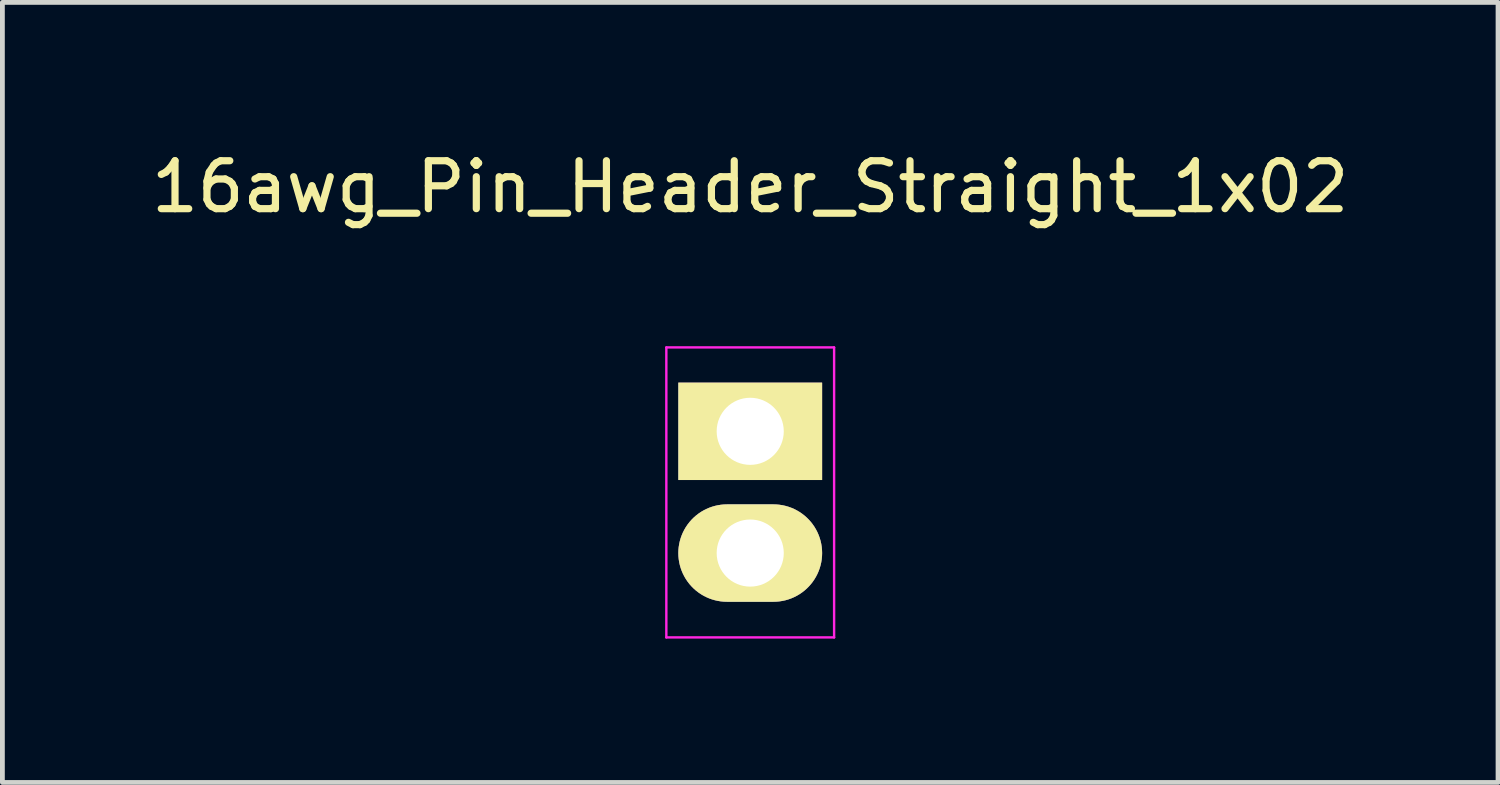
<source format=kicad_pcb>
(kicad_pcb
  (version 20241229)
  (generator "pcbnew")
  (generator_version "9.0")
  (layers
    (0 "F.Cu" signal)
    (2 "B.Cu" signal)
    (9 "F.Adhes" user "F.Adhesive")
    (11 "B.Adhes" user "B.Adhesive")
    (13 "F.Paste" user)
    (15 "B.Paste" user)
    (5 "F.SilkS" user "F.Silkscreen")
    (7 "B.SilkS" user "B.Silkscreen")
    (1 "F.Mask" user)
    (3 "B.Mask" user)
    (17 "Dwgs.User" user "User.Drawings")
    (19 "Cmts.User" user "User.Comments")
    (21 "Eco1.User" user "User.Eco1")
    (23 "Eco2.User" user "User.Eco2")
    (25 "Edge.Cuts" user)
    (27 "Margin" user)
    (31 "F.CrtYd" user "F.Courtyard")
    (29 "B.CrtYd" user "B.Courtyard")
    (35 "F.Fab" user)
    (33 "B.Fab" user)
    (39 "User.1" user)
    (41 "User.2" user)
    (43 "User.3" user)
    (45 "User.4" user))
  (footprint "16awg_Pin_Header_Straight_1x02"
    (layer "F.Cu")
    (at 12.601 5.948)
    (property "Reference" "16awg_Pin_Header_Straight_1x02" (at 0 -5.1 0) (layer "F.SilkS") (effects (font (size 1 1) (thickness 0.15))))
    (attr through_hole)
    (fp_line (start -1.75 -1.75) (end -1.75 4.3) (stroke (width 0.05) (type solid)) (layer "F.CrtYd"))
    (fp_line (start -1.75 -1.75) (end 1.75 -1.75) (stroke (width 0.05) (type solid)) (layer "F.CrtYd"))
    (fp_line (start -1.75 4.3) (end 1.75 4.3) (stroke (width 0.05) (type solid)) (layer "F.CrtYd"))
    (fp_line (start 1.75 -1.75) (end 1.75 4.3) (stroke (width 0.05) (type solid)) (layer "F.CrtYd"))
    (pad "1" thru_hole rect (at 0 0) (size 3 2.032) (drill 1.4) (layers "*.Cu" "*.Mask" "F.SilkS"))
    (pad "2" thru_hole oval (at 0 2.54) (size 3 2.032) (drill 1.4) (layers "*.Cu" "*.Mask" "F.SilkS")))
  (gr_rect
    (start -3 -3)
    (end 28.202 13.273)
    (stroke (width 0.1) (type default))
    (fill no)
    (layer "Edge.Cuts")))
</source>
